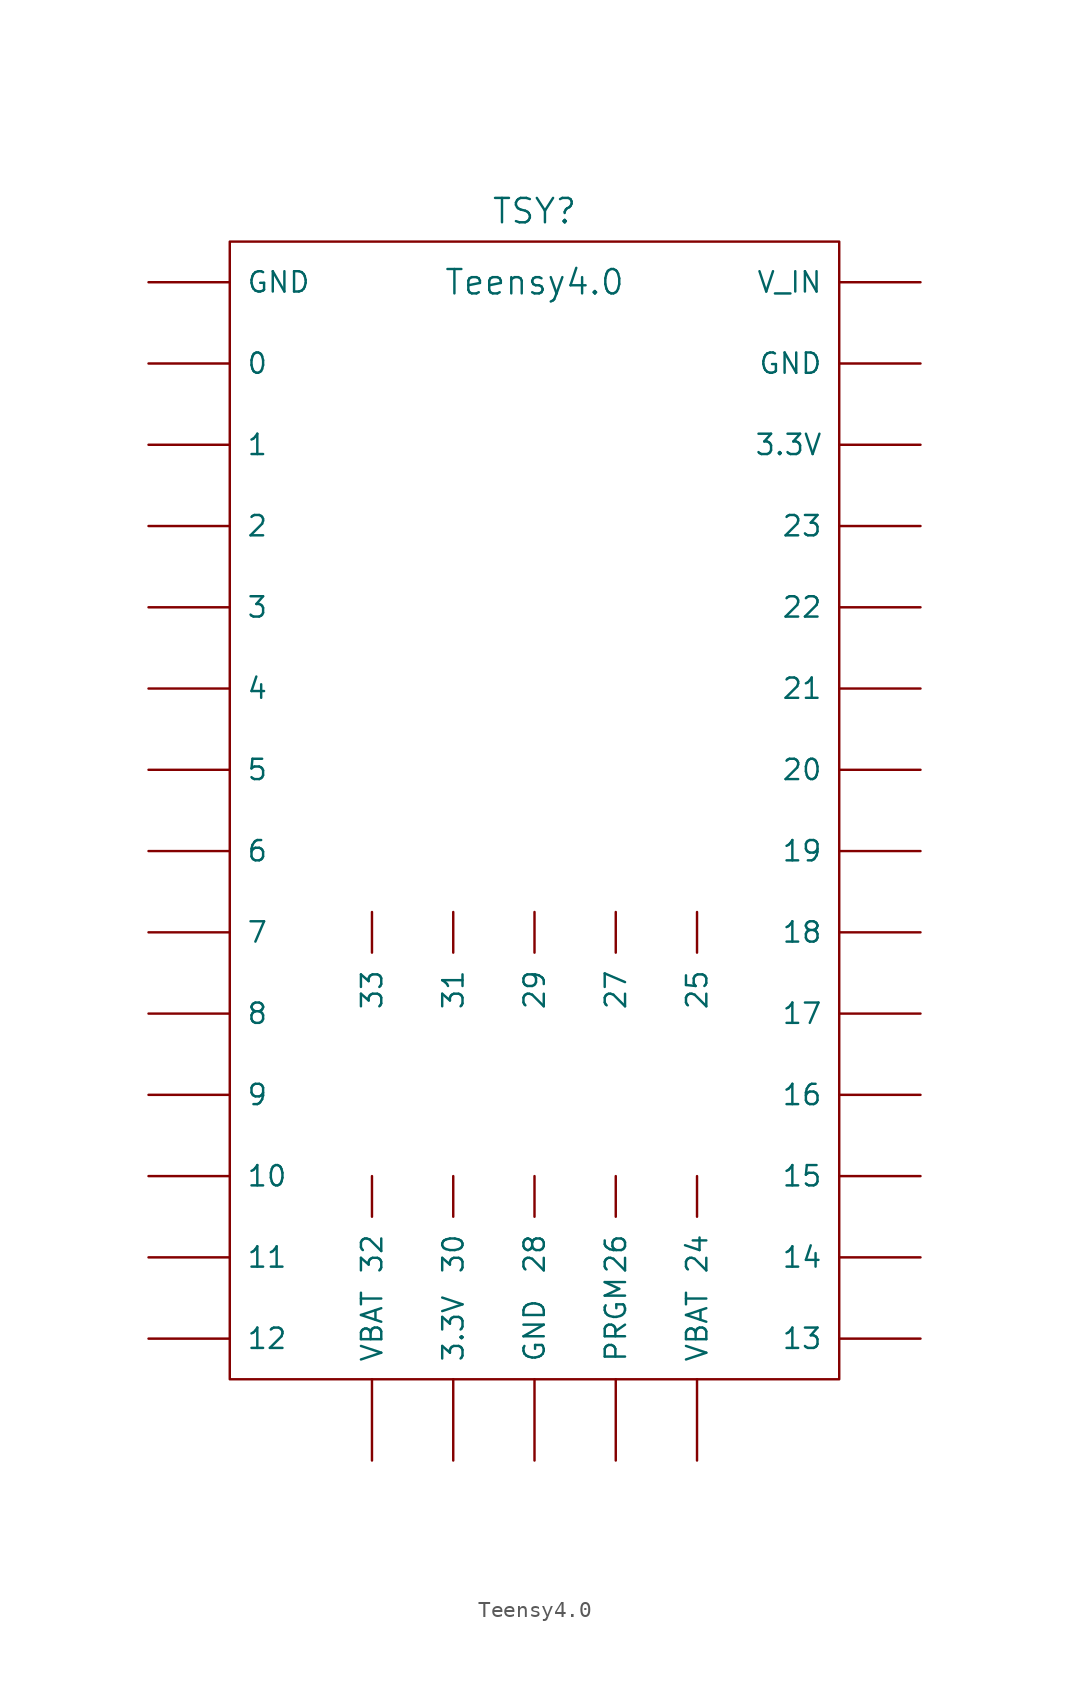
<source format=kicad_sym>
(kicad_symbol_lib
  (version 20220914)
  (generator kicad_symbol_editor)
  (symbol "Teensy4.0"
    (pin_numbers hide)
    (pin_names
      (offset 1.016))
    (property "Reference" "TSY"
      (at 0 37.465 0)
      (effects (font (size 1.524 1.524))))
    (property "Value" "Teensy4.0"
      (at 0 33.02 0)
      (effects (font (size 1.524 1.524))))
    (symbol "Teensy4.0_0_0"
      (rectangle (start -19.05 35.56) (end 19.05 -35.56) (stroke (width 0) (type solid)) (fill (type none))))
    (symbol "Teensy4.0_1_1"
      (pin power_in line (at -24.13 33.02 0) (length 5.08) (name "GND" (effects (font (size 1.27 1.27)))) (number "1" (effects (font (size 1.27 1.27)))))
      (pin bidirectional line (at -24.13 -12.7 0) (length 5.08) (name "8" (effects (font (size 1.27 1.27)))) (number "10" (effects (font (size 1.27 1.27)))))
      (pin bidirectional line (at -24.13 -17.78 0) (length 5.08) (name "9" (effects (font (size 1.27 1.27)))) (number "11" (effects (font (size 1.27 1.27)))))
      (pin bidirectional line (at -24.13 -22.86 0) (length 5.08) (name "10" (effects (font (size 1.27 1.27)))) (number "12" (effects (font (size 1.27 1.27)))))
      (pin bidirectional line (at -24.13 -27.94 0) (length 5.08) (name "11" (effects (font (size 1.27 1.27)))) (number "13" (effects (font (size 1.27 1.27)))))
      (pin bidirectional line (at -24.13 -33.02 0) (length 5.08) (name "12" (effects (font (size 1.27 1.27)))) (number "14" (effects (font (size 1.27 1.27)))))
      (pin power_in line (at -10.16 -40.64 90) (length 5.08) (name "VBAT" (effects (font (size 1.27 1.27)))) (number "15" (effects (font (size 1.27 1.27)))))
      (pin power_in line (at -5.08 -40.64 90) (length 5.08) (name "3.3V" (effects (font (size 1.27 1.27)))) (number "16" (effects (font (size 1.27 1.27)))))
      (pin power_in line (at 0 -40.64 90) (length 5.08) (name "GND" (effects (font (size 1.27 1.27)))) (number "17" (effects (font (size 1.27 1.27)))))
      (pin input line (at 5.08 -40.64 90) (length 5.08) (name "PRGM" (effects (font (size 1.27 1.27)))) (number "18" (effects (font (size 1.27 1.27)))))
      (pin bidirectional line (at 10.16 -40.64 90) (length 5.08) (name "VBAT" (effects (font (size 1.27 1.27)))) (number "19" (effects (font (size 1.27 1.27)))))
      (pin bidirectional line (at -24.13 27.94 0) (length 5.08) (name "0" (effects (font (size 1.27 1.27)))) (number "2" (effects (font (size 1.27 1.27)))))
      (pin bidirectional line (at 24.13 -33.02 180) (length 5.08) (name "13" (effects (font (size 1.27 1.27)))) (number "20" (effects (font (size 1.27 1.27)))))
      (pin bidirectional line (at 24.13 -27.94 180) (length 5.08) (name "14" (effects (font (size 1.27 1.27)))) (number "21" (effects (font (size 1.27 1.27)))))
      (pin bidirectional line (at 24.13 -22.86 180) (length 5.08) (name "15" (effects (font (size 1.27 1.27)))) (number "22" (effects (font (size 1.27 1.27)))))
      (pin bidirectional line (at 24.13 -17.78 180) (length 5.08) (name "16" (effects (font (size 1.27 1.27)))) (number "23" (effects (font (size 1.27 1.27)))))
      (pin input line (at 24.13 -12.7 180) (length 5.08) (name "17" (effects (font (size 1.27 1.27)))) (number "24" (effects (font (size 1.27 1.27)))))
      (pin bidirectional line (at 24.13 -7.62 180) (length 5.08) (name "18" (effects (font (size 1.27 1.27)))) (number "25" (effects (font (size 1.27 1.27)))))
      (pin bidirectional line (at 10.16 -6.35 270) (length 2.54) (name "25" (effects (font (size 1.27 1.27)))) (number "25" (effects (font (size 1.27 1.27)))))
      (pin bidirectional line (at 24.13 -2.54 180) (length 5.08) (name "19" (effects (font (size 1.27 1.27)))) (number "26" (effects (font (size 1.27 1.27)))))
      (pin bidirectional line (at 5.08 -22.86 270) (length 2.54) (name "26" (effects (font (size 1.27 1.27)))) (number "26" (effects (font (size 1.27 1.27)))))
      (pin bidirectional line (at 24.13 2.54 180) (length 5.08) (name "20" (effects (font (size 1.27 1.27)))) (number "27" (effects (font (size 1.27 1.27)))))
      (pin bidirectional line (at 5.08 -6.35 270) (length 2.54) (name "27" (effects (font (size 1.27 1.27)))) (number "27" (effects (font (size 1.27 1.27)))))
      (pin bidirectional line (at 24.13 7.62 180) (length 5.08) (name "21" (effects (font (size 1.27 1.27)))) (number "28" (effects (font (size 1.27 1.27)))))
      (pin bidirectional line (at 0 -22.86 270) (length 2.54) (name "28" (effects (font (size 1.27 1.27)))) (number "28" (effects (font (size 1.27 1.27)))))
      (pin bidirectional line (at 24.13 12.7 180) (length 5.08) (name "22" (effects (font (size 1.27 1.27)))) (number "29" (effects (font (size 1.27 1.27)))))
      (pin bidirectional line (at 0 -6.35 270) (length 2.54) (name "29" (effects (font (size 1.27 1.27)))) (number "29" (effects (font (size 1.27 1.27)))))
      (pin bidirectional line (at -24.13 22.86 0) (length 5.08) (name "1" (effects (font (size 1.27 1.27)))) (number "3" (effects (font (size 1.27 1.27)))))
      (pin bidirectional line (at 24.13 17.78 180) (length 5.08) (name "23" (effects (font (size 1.27 1.27)))) (number "30" (effects (font (size 1.27 1.27)))))
      (pin power_out line (at 24.13 22.86 180) (length 5.08) (name "3.3V" (effects (font (size 1.27 1.27)))) (number "31" (effects (font (size 1.27 1.27)))))
      (pin power_in line (at 24.13 27.94 180) (length 5.08) (name "GND" (effects (font (size 1.27 1.27)))) (number "32" (effects (font (size 1.27 1.27)))))
      (pin power_in line (at 24.13 33.02 180) (length 5.08) (name "V_IN" (effects (font (size 1.27 1.27)))) (number "33" (effects (font (size 1.27 1.27)))))
      (pin bidirectional line (at 10.16 -22.86 270) (length 2.54) (name "24" (effects (font (size 1.27 1.27)))) (number "34" (effects (font (size 1.27 1.27)))))
      (pin bidirectional line (at -24.13 17.78 0) (length 5.08) (name "2" (effects (font (size 1.27 1.27)))) (number "4" (effects (font (size 1.27 1.27)))))
      (pin bidirectional line (at -5.08 -22.86 270) (length 2.54) (name "30" (effects (font (size 1.27 1.27)))) (number "40" (effects (font (size 1.27 1.27)))))
      (pin bidirectional line (at -5.08 -6.35 270) (length 2.54) (name "31" (effects (font (size 1.27 1.27)))) (number "41" (effects (font (size 1.27 1.27)))))
      (pin bidirectional line (at -10.16 -22.86 270) (length 2.54) (name "32" (effects (font (size 1.27 1.27)))) (number "42" (effects (font (size 1.27 1.27)))))
      (pin bidirectional line (at -10.16 -6.35 270) (length 2.54) (name "33" (effects (font (size 1.27 1.27)))) (number "43" (effects (font (size 1.27 1.27)))))
      (pin output line (at -24.13 12.7 0) (length 5.08) (name "3" (effects (font (size 1.27 1.27)))) (number "5" (effects (font (size 1.27 1.27)))))
      (pin bidirectional line (at -24.13 7.62 0) (length 5.08) (name "4" (effects (font (size 1.27 1.27)))) (number "6" (effects (font (size 1.27 1.27)))))
      (pin bidirectional line (at -24.13 2.54 0) (length 5.08) (name "5" (effects (font (size 1.27 1.27)))) (number "7" (effects (font (size 1.27 1.27)))))
      (pin bidirectional line (at -24.13 -2.54 0) (length 5.08) (name "6" (effects (font (size 1.27 1.27)))) (number "8" (effects (font (size 1.27 1.27)))))
      (pin bidirectional line (at -24.13 -7.62 0) (length 5.08) (name "7" (effects (font (size 1.27 1.27)))) (number "9" (effects (font (size 1.27 1.27))))))))
</source>
